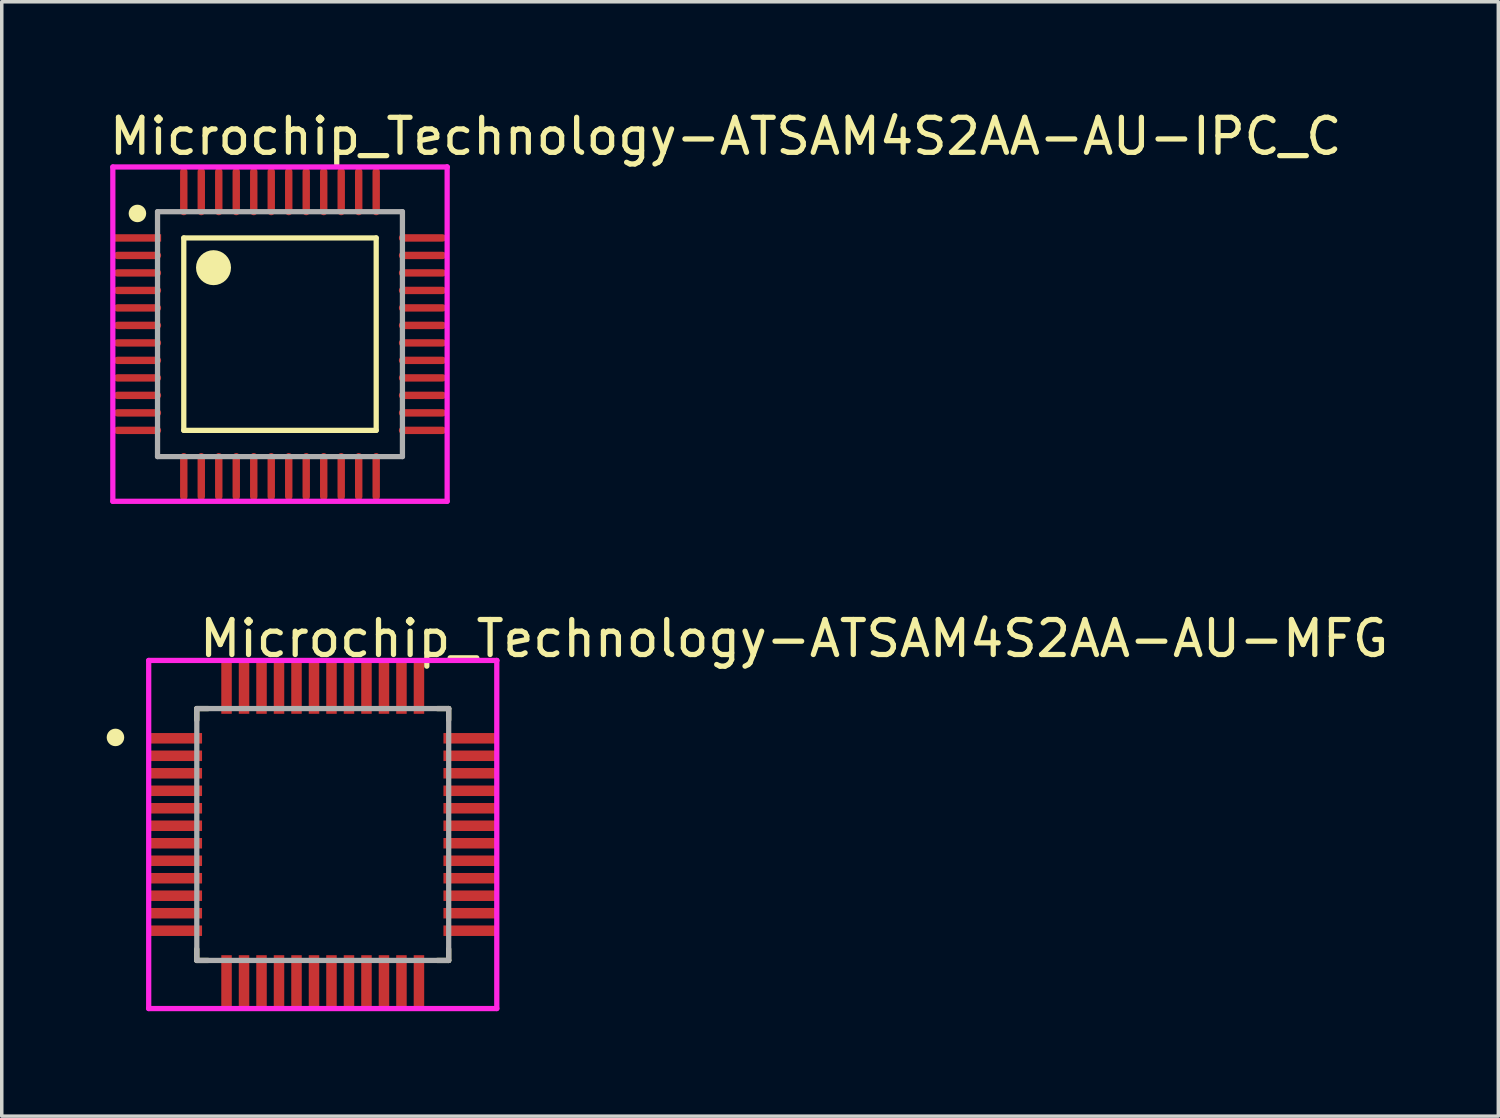
<source format=kicad_pcb>
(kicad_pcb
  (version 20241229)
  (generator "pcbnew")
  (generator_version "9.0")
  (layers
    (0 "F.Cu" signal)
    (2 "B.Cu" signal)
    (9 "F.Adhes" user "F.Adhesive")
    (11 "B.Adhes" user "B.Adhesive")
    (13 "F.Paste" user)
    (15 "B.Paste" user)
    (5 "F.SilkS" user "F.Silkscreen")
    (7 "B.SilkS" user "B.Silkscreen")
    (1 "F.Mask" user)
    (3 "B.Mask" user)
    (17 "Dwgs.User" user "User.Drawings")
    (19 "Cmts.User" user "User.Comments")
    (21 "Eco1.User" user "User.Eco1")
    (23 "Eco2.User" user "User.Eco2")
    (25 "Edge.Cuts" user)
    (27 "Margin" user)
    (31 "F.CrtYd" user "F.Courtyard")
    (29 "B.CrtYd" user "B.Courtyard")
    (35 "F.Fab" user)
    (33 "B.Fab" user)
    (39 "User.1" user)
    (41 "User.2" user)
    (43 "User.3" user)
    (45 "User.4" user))
  (footprint "Microchip_Technology-ATSAM4S2AA-AU-MFG"
    (layer "F.Cu")
    (at 6.175 20.803)
    (property "Reference" "Microchip_Technology-ATSAM4S2AA-AU-MFG" (at -3.6 -5.6 0) (layer "F.SilkS") (effects (font (size 1 1) (thickness 0.15)) (justify left)))
    (attr through_hole)
    (fp_line (start -3.6 -3.6) (end -3.275 -3.6) (stroke (width 0.15) (type solid)) (layer "F.SilkS"))
    (fp_line (start -3.6 -3.275) (end -3.6 -3.6) (stroke (width 0.15) (type solid)) (layer "F.SilkS"))
    (fp_line (start -3.6 3.6) (end -3.6 3.275) (stroke (width 0.15) (type solid)) (layer "F.SilkS"))
    (fp_line (start -3.6 3.6) (end -3.275 3.6) (stroke (width 0.15) (type solid)) (layer "F.SilkS"))
    (fp_line (start 3.275 -3.6) (end 3.6 -3.6) (stroke (width 0.15) (type solid)) (layer "F.SilkS"))
    (fp_line (start 3.275 3.6) (end 3.6 3.6) (stroke (width 0.15) (type solid)) (layer "F.SilkS"))
    (fp_line (start 3.6 -3.275) (end 3.6 -3.6) (stroke (width 0.15) (type solid)) (layer "F.SilkS"))
    (fp_line (start 3.6 3.6) (end 3.6 3.275) (stroke (width 0.15) (type solid)) (layer "F.SilkS"))
    (fp_circle (center -5.925 -2.775) (end -5.8 -2.775) (stroke (width 0.25) (type solid)) (fill no) (layer "F.SilkS"))
    (fp_line (start -4.975 -4.975) (end -4.975 4.975) (stroke (width 0.15) (type solid)) (layer "F.CrtYd"))
    (fp_line (start -4.975 4.975) (end 4.975 4.975) (stroke (width 0.15) (type solid)) (layer "F.CrtYd"))
    (fp_line (start 4.975 -4.975) (end -4.975 -4.975) (stroke (width 0.15) (type solid)) (layer "F.CrtYd"))
    (fp_line (start 4.975 -4.975) (end 4.975 -4.975) (stroke (width 0.15) (type solid)) (layer "F.CrtYd"))
    (fp_line (start 4.975 4.975) (end 4.975 -4.975) (stroke (width 0.15) (type solid)) (layer "F.CrtYd"))
    (fp_line (start -3.6 -3.6) (end 3.6 -3.6) (stroke (width 0.15) (type solid)) (layer "F.Fab"))
    (fp_line (start -3.6 3.6) (end -3.6 -3.6) (stroke (width 0.15) (type solid)) (layer "F.Fab"))
    (fp_line (start 3.6 -3.6) (end 3.6 3.6) (stroke (width 0.15) (type solid)) (layer "F.Fab"))
    (fp_line (start 3.6 3.6) (end -3.6 3.6) (stroke (width 0.15) (type solid)) (layer "F.Fab"))
    (pad "1" smd rect (at -4.2 -2.75) (size 1.5 0.3) (layers "F.Cu" "F.Mask" "F.Paste"))
    (pad "2" smd rect (at -4.2 -2.25) (size 1.5 0.3) (layers "F.Cu" "F.Mask" "F.Paste"))
    (pad "3" smd rect (at -4.2 -1.75) (size 1.5 0.3) (layers "F.Cu" "F.Mask" "F.Paste"))
    (pad "4" smd rect (at -4.2 -1.25) (size 1.5 0.3) (layers "F.Cu" "F.Mask" "F.Paste"))
    (pad "5" smd rect (at -4.2 -0.75) (size 1.5 0.3) (layers "F.Cu" "F.Mask" "F.Paste"))
    (pad "6" smd rect (at -4.2 -0.25) (size 1.5 0.3) (layers "F.Cu" "F.Mask" "F.Paste"))
    (pad "7" smd rect (at -4.2 0.25) (size 1.5 0.3) (layers "F.Cu" "F.Mask" "F.Paste"))
    (pad "8" smd rect (at -4.2 0.75) (size 1.5 0.3) (layers "F.Cu" "F.Mask" "F.Paste"))
    (pad "9" smd rect (at -4.2 1.25) (size 1.5 0.3) (layers "F.Cu" "F.Mask" "F.Paste"))
    (pad "10" smd rect (at -4.2 1.75) (size 1.5 0.3) (layers "F.Cu" "F.Mask" "F.Paste"))
    (pad "11" smd rect (at -4.2 2.25) (size 1.5 0.3) (layers "F.Cu" "F.Mask" "F.Paste"))
    (pad "12" smd rect (at -4.2 2.75) (size 1.5 0.3) (layers "F.Cu" "F.Mask" "F.Paste"))
    (pad "13" smd rect (at -2.75 4.2) (size 0.3 1.5) (layers "F.Cu" "F.Mask" "F.Paste"))
    (pad "14" smd rect (at -2.25 4.2) (size 0.3 1.5) (layers "F.Cu" "F.Mask" "F.Paste"))
    (pad "15" smd rect (at -1.75 4.2) (size 0.3 1.5) (layers "F.Cu" "F.Mask" "F.Paste"))
    (pad "16" smd rect (at -1.25 4.2) (size 0.3 1.5) (layers "F.Cu" "F.Mask" "F.Paste"))
    (pad "17" smd rect (at -0.75 4.2) (size 0.3 1.5) (layers "F.Cu" "F.Mask" "F.Paste"))
    (pad "18" smd rect (at -0.25 4.2) (size 0.3 1.5) (layers "F.Cu" "F.Mask" "F.Paste"))
    (pad "19" smd rect (at 0.25 4.2) (size 0.3 1.5) (layers "F.Cu" "F.Mask" "F.Paste"))
    (pad "20" smd rect (at 0.75 4.2) (size 0.3 1.5) (layers "F.Cu" "F.Mask" "F.Paste"))
    (pad "21" smd rect (at 1.25 4.2) (size 0.3 1.5) (layers "F.Cu" "F.Mask" "F.Paste"))
    (pad "22" smd rect (at 1.75 4.2) (size 0.3 1.5) (layers "F.Cu" "F.Mask" "F.Paste"))
    (pad "23" smd rect (at 2.25 4.2) (size 0.3 1.5) (layers "F.Cu" "F.Mask" "F.Paste"))
    (pad "24" smd rect (at 2.75 4.2) (size 0.3 1.5) (layers "F.Cu" "F.Mask" "F.Paste"))
    (pad "25" smd rect (at 4.2 2.75) (size 1.5 0.3) (layers "F.Cu" "F.Mask" "F.Paste"))
    (pad "26" smd rect (at 4.2 2.25) (size 1.5 0.3) (layers "F.Cu" "F.Mask" "F.Paste"))
    (pad "27" smd rect (at 4.2 1.75) (size 1.5 0.3) (layers "F.Cu" "F.Mask" "F.Paste"))
    (pad "28" smd rect (at 4.2 1.25) (size 1.5 0.3) (layers "F.Cu" "F.Mask" "F.Paste"))
    (pad "29" smd rect (at 4.2 0.75) (size 1.5 0.3) (layers "F.Cu" "F.Mask" "F.Paste"))
    (pad "30" smd rect (at 4.2 0.25) (size 1.5 0.3) (layers "F.Cu" "F.Mask" "F.Paste"))
    (pad "31" smd rect (at 4.2 -0.25) (size 1.5 0.3) (layers "F.Cu" "F.Mask" "F.Paste"))
    (pad "32" smd rect (at 4.2 -0.75) (size 1.5 0.3) (layers "F.Cu" "F.Mask" "F.Paste"))
    (pad "33" smd rect (at 4.2 -1.25) (size 1.5 0.3) (layers "F.Cu" "F.Mask" "F.Paste"))
    (pad "34" smd rect (at 4.2 -1.75) (size 1.5 0.3) (layers "F.Cu" "F.Mask" "F.Paste"))
    (pad "35" smd rect (at 4.2 -2.25) (size 1.5 0.3) (layers "F.Cu" "F.Mask" "F.Paste"))
    (pad "36" smd rect (at 4.2 -2.75) (size 1.5 0.3) (layers "F.Cu" "F.Mask" "F.Paste"))
    (pad "37" smd rect (at 2.75 -4.2) (size 0.3 1.5) (layers "F.Cu" "F.Mask" "F.Paste"))
    (pad "38" smd rect (at 2.25 -4.2) (size 0.3 1.5) (layers "F.Cu" "F.Mask" "F.Paste"))
    (pad "39" smd rect (at 1.75 -4.2) (size 0.3 1.5) (layers "F.Cu" "F.Mask" "F.Paste"))
    (pad "40" smd rect (at 1.25 -4.2) (size 0.3 1.5) (layers "F.Cu" "F.Mask" "F.Paste"))
    (pad "41" smd rect (at 0.75 -4.2) (size 0.3 1.5) (layers "F.Cu" "F.Mask" "F.Paste"))
    (pad "42" smd rect (at 0.25 -4.2) (size 0.3 1.5) (layers "F.Cu" "F.Mask" "F.Paste"))
    (pad "43" smd rect (at -0.25 -4.2) (size 0.3 1.5) (layers "F.Cu" "F.Mask" "F.Paste"))
    (pad "44" smd rect (at -0.75 -4.2) (size 0.3 1.5) (layers "F.Cu" "F.Mask" "F.Paste"))
    (pad "45" smd rect (at -1.25 -4.2) (size 0.3 1.5) (layers "F.Cu" "F.Mask" "F.Paste"))
    (pad "46" smd rect (at -1.75 -4.2) (size 0.3 1.5) (layers "F.Cu" "F.Mask" "F.Paste"))
    (pad "47" smd rect (at -2.25 -4.2) (size 0.3 1.5) (layers "F.Cu" "F.Mask" "F.Paste"))
    (pad "48" smd rect (at -2.75 -4.2) (size 0.3 1.5) (layers "F.Cu" "F.Mask" "F.Paste")))
  (footprint "Microchip_Technology-ATSAM4S2AA-AU-IPC_C"
    (layer "F.Cu")
    (at 4.953 6.501)
    (property "Reference" "Microchip_Technology-ATSAM4S2AA-AU-IPC_C" (at -4.953 -5.653 0) (layer "F.SilkS") (effects (font (size 1 1) (thickness 0.15)) (justify left)))
    (attr through_hole)
    (fp_line (start -2.75 -2.75) (end 2.75 -2.75) (stroke (width 0.15) (type solid)) (layer "F.SilkS"))
    (fp_line (start -2.75 2.75) (end -2.75 -2.75) (stroke (width 0.15) (type solid)) (layer "F.SilkS"))
    (fp_line (start 2.75 -2.75) (end 2.75 2.75) (stroke (width 0.15) (type solid)) (layer "F.SilkS"))
    (fp_line (start 2.75 2.75) (end -2.75 2.75) (stroke (width 0.15) (type solid)) (layer "F.SilkS"))
    (fp_circle (center -4.075 -3.45) (end -3.95 -3.45) (stroke (width 0.25) (type solid)) (fill no) (layer "F.SilkS"))
    (fp_circle (center -1.9 -1.9) (end -1.65 -1.9) (stroke (width 0.5) (type solid)) (fill no) (layer "F.SilkS"))
    (fp_line (start -4.778 -4.778) (end -4.778 4.778) (stroke (width 0.15) (type solid)) (layer "F.CrtYd"))
    (fp_line (start -4.778 4.778) (end 4.778 4.778) (stroke (width 0.15) (type solid)) (layer "F.CrtYd"))
    (fp_line (start 4.778 -4.778) (end -4.778 -4.778) (stroke (width 0.15) (type solid)) (layer "F.CrtYd"))
    (fp_line (start 4.778 -4.778) (end 4.778 -4.778) (stroke (width 0.15) (type solid)) (layer "F.CrtYd"))
    (fp_line (start 4.778 4.778) (end 4.778 -4.778) (stroke (width 0.15) (type solid)) (layer "F.CrtYd"))
    (fp_line (start -3.5 -3.5) (end 3.5 -3.5) (stroke (width 0.15) (type solid)) (layer "F.Fab"))
    (fp_line (start -3.5 3.5) (end -3.5 -3.5) (stroke (width 0.15) (type solid)) (layer "F.Fab"))
    (fp_line (start 3.5 -3.5) (end 3.5 3.5) (stroke (width 0.15) (type solid)) (layer "F.Fab"))
    (fp_line (start 3.5 3.5) (end -3.5 3.5) (stroke (width 0.15) (type solid)) (layer "F.Fab"))
    (pad "1" smd rect (at -4.075 -2.75) (size 1.355 0.212) (layers "F.Cu" "F.Mask" "F.Paste"))
    (pad "2" smd roundrect (at -4.075 -2.25) (size 1.355 0.212) (layers "F.Cu" "F.Mask" "F.Paste") (roundrect_rratio 0.5))
    (pad "3" smd roundrect (at -4.075 -1.75) (size 1.355 0.212) (layers "F.Cu" "F.Mask" "F.Paste") (roundrect_rratio 0.5))
    (pad "4" smd roundrect (at -4.075 -1.25) (size 1.355 0.212) (layers "F.Cu" "F.Mask" "F.Paste") (roundrect_rratio 0.5))
    (pad "5" smd roundrect (at -4.075 -0.75) (size 1.355 0.212) (layers "F.Cu" "F.Mask" "F.Paste") (roundrect_rratio 0.5))
    (pad "6" smd roundrect (at -4.075 -0.25) (size 1.355 0.212) (layers "F.Cu" "F.Mask" "F.Paste") (roundrect_rratio 0.5))
    (pad "7" smd roundrect (at -4.075 0.25) (size 1.355 0.212) (layers "F.Cu" "F.Mask" "F.Paste") (roundrect_rratio 0.5))
    (pad "8" smd roundrect (at -4.075 0.75) (size 1.355 0.212) (layers "F.Cu" "F.Mask" "F.Paste") (roundrect_rratio 0.5))
    (pad "9" smd roundrect (at -4.075 1.25) (size 1.355 0.212) (layers "F.Cu" "F.Mask" "F.Paste") (roundrect_rratio 0.5))
    (pad "10" smd roundrect (at -4.075 1.75) (size 1.355 0.212) (layers "F.Cu" "F.Mask" "F.Paste") (roundrect_rratio 0.5))
    (pad "11" smd roundrect (at -4.075 2.25) (size 1.355 0.212) (layers "F.Cu" "F.Mask" "F.Paste") (roundrect_rratio 0.5))
    (pad "12" smd roundrect (at -4.075 2.75) (size 1.355 0.212) (layers "F.Cu" "F.Mask" "F.Paste") (roundrect_rratio 0.5))
    (pad "13" smd roundrect (at -2.75 4.075) (size 0.212 1.355) (layers "F.Cu" "F.Mask" "F.Paste") (roundrect_rratio 0.5))
    (pad "14" smd roundrect (at -2.25 4.075) (size 0.212 1.355) (layers "F.Cu" "F.Mask" "F.Paste") (roundrect_rratio 0.5))
    (pad "15" smd roundrect (at -1.75 4.075) (size 0.212 1.355) (layers "F.Cu" "F.Mask" "F.Paste") (roundrect_rratio 0.5))
    (pad "16" smd roundrect (at -1.25 4.075) (size 0.212 1.355) (layers "F.Cu" "F.Mask" "F.Paste") (roundrect_rratio 0.5))
    (pad "17" smd roundrect (at -0.75 4.075) (size 0.212 1.355) (layers "F.Cu" "F.Mask" "F.Paste") (roundrect_rratio 0.5))
    (pad "18" smd roundrect (at -0.25 4.075) (size 0.212 1.355) (layers "F.Cu" "F.Mask" "F.Paste") (roundrect_rratio 0.5))
    (pad "19" smd roundrect (at 0.25 4.075) (size 0.212 1.355) (layers "F.Cu" "F.Mask" "F.Paste") (roundrect_rratio 0.5))
    (pad "20" smd roundrect (at 0.75 4.075) (size 0.212 1.355) (layers "F.Cu" "F.Mask" "F.Paste") (roundrect_rratio 0.5))
    (pad "21" smd roundrect (at 1.25 4.075) (size 0.212 1.355) (layers "F.Cu" "F.Mask" "F.Paste") (roundrect_rratio 0.5))
    (pad "22" smd roundrect (at 1.75 4.075) (size 0.212 1.355) (layers "F.Cu" "F.Mask" "F.Paste") (roundrect_rratio 0.5))
    (pad "23" smd roundrect (at 2.25 4.075) (size 0.212 1.355) (layers "F.Cu" "F.Mask" "F.Paste") (roundrect_rratio 0.5))
    (pad "24" smd roundrect (at 2.75 4.075) (size 0.212 1.355) (layers "F.Cu" "F.Mask" "F.Paste") (roundrect_rratio 0.5))
    (pad "25" smd roundrect (at 4.075 2.75) (size 1.355 0.212) (layers "F.Cu" "F.Mask" "F.Paste") (roundrect_rratio 0.5))
    (pad "26" smd roundrect (at 4.075 2.25) (size 1.355 0.212) (layers "F.Cu" "F.Mask" "F.Paste") (roundrect_rratio 0.5))
    (pad "27" smd roundrect (at 4.075 1.75) (size 1.355 0.212) (layers "F.Cu" "F.Mask" "F.Paste") (roundrect_rratio 0.5))
    (pad "28" smd roundrect (at 4.075 1.25) (size 1.355 0.212) (layers "F.Cu" "F.Mask" "F.Paste") (roundrect_rratio 0.5))
    (pad "29" smd roundrect (at 4.075 0.75) (size 1.355 0.212) (layers "F.Cu" "F.Mask" "F.Paste") (roundrect_rratio 0.5))
    (pad "30" smd roundrect (at 4.075 0.25) (size 1.355 0.212) (layers "F.Cu" "F.Mask" "F.Paste") (roundrect_rratio 0.5))
    (pad "31" smd roundrect (at 4.075 -0.25) (size 1.355 0.212) (layers "F.Cu" "F.Mask" "F.Paste") (roundrect_rratio 0.5))
    (pad "32" smd roundrect (at 4.075 -0.75) (size 1.355 0.212) (layers "F.Cu" "F.Mask" "F.Paste") (roundrect_rratio 0.5))
    (pad "33" smd roundrect (at 4.075 -1.25) (size 1.355 0.212) (layers "F.Cu" "F.Mask" "F.Paste") (roundrect_rratio 0.5))
    (pad "34" smd roundrect (at 4.075 -1.75) (size 1.355 0.212) (layers "F.Cu" "F.Mask" "F.Paste") (roundrect_rratio 0.5))
    (pad "35" smd roundrect (at 4.075 -2.25) (size 1.355 0.212) (layers "F.Cu" "F.Mask" "F.Paste") (roundrect_rratio 0.5))
    (pad "36" smd roundrect (at 4.075 -2.75) (size 1.355 0.212) (layers "F.Cu" "F.Mask" "F.Paste") (roundrect_rratio 0.5))
    (pad "37" smd roundrect (at 2.75 -4.075) (size 0.212 1.355) (layers "F.Cu" "F.Mask" "F.Paste") (roundrect_rratio 0.5))
    (pad "38" smd roundrect (at 2.25 -4.075) (size 0.212 1.355) (layers "F.Cu" "F.Mask" "F.Paste") (roundrect_rratio 0.5))
    (pad "39" smd roundrect (at 1.75 -4.075) (size 0.212 1.355) (layers "F.Cu" "F.Mask" "F.Paste") (roundrect_rratio 0.5))
    (pad "40" smd roundrect (at 1.25 -4.075) (size 0.212 1.355) (layers "F.Cu" "F.Mask" "F.Paste") (roundrect_rratio 0.5))
    (pad "41" smd roundrect (at 0.75 -4.075) (size 0.212 1.355) (layers "F.Cu" "F.Mask" "F.Paste") (roundrect_rratio 0.5))
    (pad "42" smd roundrect (at 0.25 -4.075) (size 0.212 1.355) (layers "F.Cu" "F.Mask" "F.Paste") (roundrect_rratio 0.5))
    (pad "43" smd roundrect (at -0.25 -4.075) (size 0.212 1.355) (layers "F.Cu" "F.Mask" "F.Paste") (roundrect_rratio 0.5))
    (pad "44" smd roundrect (at -0.75 -4.075) (size 0.212 1.355) (layers "F.Cu" "F.Mask" "F.Paste") (roundrect_rratio 0.5))
    (pad "45" smd roundrect (at -1.25 -4.075) (size 0.212 1.355) (layers "F.Cu" "F.Mask" "F.Paste") (roundrect_rratio 0.5))
    (pad "46" smd roundrect (at -1.75 -4.075) (size 0.212 1.355) (layers "F.Cu" "F.Mask" "F.Paste") (roundrect_rratio 0.5))
    (pad "47" smd roundrect (at -2.25 -4.075) (size 0.212 1.355) (layers "F.Cu" "F.Mask" "F.Paste") (roundrect_rratio 0.5))
    (pad "48" smd roundrect (at -2.75 -4.075) (size 0.212 1.355) (layers "F.Cu" "F.Mask" "F.Paste") (roundrect_rratio 0.5)))
  (gr_rect
    (start -3 -3)
    (end 39.777 28.853)
    (stroke (width 0.1) (type default))
    (fill no)
    (layer "Edge.Cuts")))
</source>
